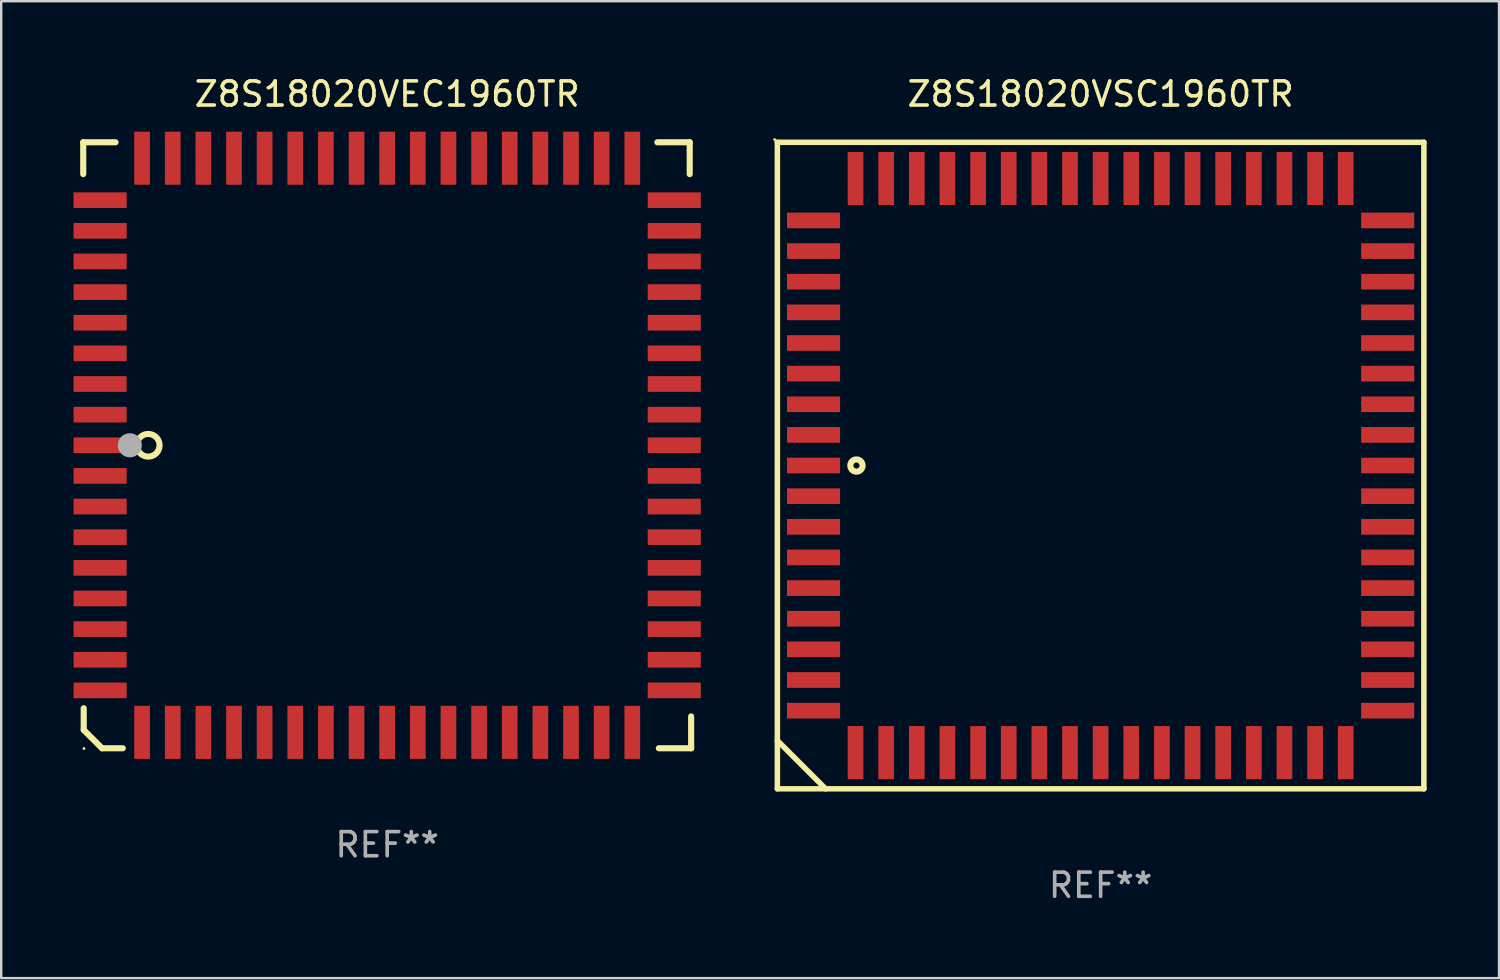
<source format=kicad_pcb>
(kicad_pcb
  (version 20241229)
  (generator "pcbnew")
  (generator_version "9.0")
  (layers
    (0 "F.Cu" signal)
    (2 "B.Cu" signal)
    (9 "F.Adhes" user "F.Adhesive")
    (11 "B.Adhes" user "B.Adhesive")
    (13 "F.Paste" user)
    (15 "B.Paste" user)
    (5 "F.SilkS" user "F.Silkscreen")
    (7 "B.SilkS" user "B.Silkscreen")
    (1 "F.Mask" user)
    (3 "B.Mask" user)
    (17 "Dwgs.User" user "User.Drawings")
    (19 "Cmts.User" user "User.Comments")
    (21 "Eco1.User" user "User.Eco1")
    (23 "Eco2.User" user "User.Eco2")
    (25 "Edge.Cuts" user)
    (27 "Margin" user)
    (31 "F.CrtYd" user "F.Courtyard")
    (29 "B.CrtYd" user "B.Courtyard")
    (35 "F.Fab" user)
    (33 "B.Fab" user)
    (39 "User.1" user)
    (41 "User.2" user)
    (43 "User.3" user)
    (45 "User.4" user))
  (footprint "Z8S18020VEC1960TR"
    (layer "F.Cu")
    (at 13 15.408)
    (property "Reference" "Z8S18020VEC1960TR" (at 0 -14.56 0) (layer "F.SilkS") (effects (font (size 1 1) (thickness 0.15))))
    (attr through_hole)
    (fp_line (start -12.6 -12.56) (end -12.6 -11.24) (stroke (width 0.254) (type solid)) (layer "F.SilkS"))
    (fp_line (start -12.58 10.9) (end -12.58 11.8) (stroke (width 0.254) (type solid)) (layer "F.SilkS"))
    (fp_line (start -12.58 11.8) (end -11.82 12.56) (stroke (width 0.254) (type solid)) (layer "F.SilkS"))
    (fp_line (start -11.82 12.56) (end -10.96 12.56) (stroke (width 0.254) (type solid)) (layer "F.SilkS"))
    (fp_line (start -11.26 -12.56) (end -12.6 -12.56) (stroke (width 0.254) (type solid)) (layer "F.SilkS"))
    (fp_line (start 11.2 -12.56) (end 12.54 -12.56) (stroke (width 0.254) (type solid)) (layer "F.SilkS"))
    (fp_line (start 11.26 12.56) (end 12.6 12.56) (stroke (width 0.254) (type solid)) (layer "F.SilkS"))
    (fp_line (start 12.54 -12.56) (end 12.54 -11.24) (stroke (width 0.254) (type solid)) (layer "F.SilkS"))
    (fp_line (start 12.6 12.56) (end 12.6 11.24) (stroke (width 0.254) (type solid)) (layer "F.SilkS"))
    (fp_circle (center -12.57 12.57) (end -12.54 12.57) (stroke (width 0.06) (type solid)) (fill no) (layer "F.SilkS"))
    (fp_circle (center -9.906 0) (end -9.436 0) (stroke (width 0.254) (type solid)) (fill no) (layer "F.SilkS"))
    (fp_circle (center -10.668 0) (end -10.418 0) (stroke (width 0.5) (type solid)) (fill no) (layer "F.Fab"))
    (fp_text user "REF**" (at 0 16.56 0) (layer "F.Fab") (effects (font (size 1 1) (thickness 0.15))))
    (pad "1" smd rect (at -11.9 -0.000076 270) (size 0.65 2.2) (layers "F.Cu" "F.Mask" "F.Paste"))
    (pad "2" smd rect (at -11.9 1.27 270) (size 0.65 2.2) (layers "F.Cu" "F.Mask" "F.Paste"))
    (pad "3" smd rect (at -11.9 2.54 270) (size 0.65 2.2) (layers "F.Cu" "F.Mask" "F.Paste"))
    (pad "4" smd rect (at -11.9 3.81 270) (size 0.65 2.2) (layers "F.Cu" "F.Mask" "F.Paste"))
    (pad "5" smd rect (at -11.9 5.08 270) (size 0.65 2.2) (layers "F.Cu" "F.Mask" "F.Paste"))
    (pad "6" smd rect (at -11.9 6.35 270) (size 0.65 2.2) (layers "F.Cu" "F.Mask" "F.Paste"))
    (pad "7" smd rect (at -11.9 7.62 270) (size 0.65 2.2) (layers "F.Cu" "F.Mask" "F.Paste"))
    (pad "8" smd rect (at -11.9 8.89 270) (size 0.65 2.2) (layers "F.Cu" "F.Mask" "F.Paste"))
    (pad "9" smd rect (at -11.9 10.16 270) (size 0.65 2.2) (layers "F.Cu" "F.Mask" "F.Paste"))
    (pad "10" smd rect (at -10.16 11.9 270) (size 2.2 0.65) (layers "F.Cu" "F.Mask" "F.Paste"))
    (pad "11" smd rect (at -8.89 11.9 270) (size 2.2 0.65) (layers "F.Cu" "F.Mask" "F.Paste"))
    (pad "12" smd rect (at -7.62 11.9 270) (size 2.2 0.65) (layers "F.Cu" "F.Mask" "F.Paste"))
    (pad "13" smd rect (at -6.35 11.9 270) (size 2.2 0.65) (layers "F.Cu" "F.Mask" "F.Paste"))
    (pad "14" smd rect (at -5.08 11.9 270) (size 2.2 0.65) (layers "F.Cu" "F.Mask" "F.Paste"))
    (pad "15" smd rect (at -3.81 11.9 270) (size 2.2 0.65) (layers "F.Cu" "F.Mask" "F.Paste"))
    (pad "16" smd rect (at -2.54 11.9 270) (size 2.2 0.65) (layers "F.Cu" "F.Mask" "F.Paste"))
    (pad "17" smd rect (at -1.27 11.9 270) (size 2.2 0.65) (layers "F.Cu" "F.Mask" "F.Paste"))
    (pad "18" smd rect (at 0 11.9 270) (size 2.2 0.65) (layers "F.Cu" "F.Mask" "F.Paste"))
    (pad "19" smd rect (at 1.27 11.9 270) (size 2.2 0.65) (layers "F.Cu" "F.Mask" "F.Paste"))
    (pad "20" smd rect (at 2.54 11.9 270) (size 2.2 0.65) (layers "F.Cu" "F.Mask" "F.Paste"))
    (pad "21" smd rect (at 3.81 11.9 270) (size 2.2 0.65) (layers "F.Cu" "F.Mask" "F.Paste"))
    (pad "22" smd rect (at 5.08 11.9 270) (size 2.2 0.65) (layers "F.Cu" "F.Mask" "F.Paste"))
    (pad "23" smd rect (at 6.35 11.9 270) (size 2.2 0.65) (layers "F.Cu" "F.Mask" "F.Paste"))
    (pad "24" smd rect (at 7.62 11.9 270) (size 2.2 0.65) (layers "F.Cu" "F.Mask" "F.Paste"))
    (pad "25" smd rect (at 8.89 11.9 270) (size 2.2 0.65) (layers "F.Cu" "F.Mask" "F.Paste"))
    (pad "26" smd rect (at 10.16 11.9 270) (size 2.2 0.65) (layers "F.Cu" "F.Mask" "F.Paste"))
    (pad "27" smd rect (at 11.9 10.16 270) (size 0.65 2.2) (layers "F.Cu" "F.Mask" "F.Paste"))
    (pad "28" smd rect (at 11.9 8.89 270) (size 0.65 2.2) (layers "F.Cu" "F.Mask" "F.Paste"))
    (pad "29" smd rect (at 11.9 7.62 270) (size 0.65 2.2) (layers "F.Cu" "F.Mask" "F.Paste"))
    (pad "30" smd rect (at 11.9 6.35 270) (size 0.65 2.2) (layers "F.Cu" "F.Mask" "F.Paste"))
    (pad "31" smd rect (at 11.9 5.08 270) (size 0.65 2.2) (layers "F.Cu" "F.Mask" "F.Paste"))
    (pad "32" smd rect (at 11.9 3.81 270) (size 0.65 2.2) (layers "F.Cu" "F.Mask" "F.Paste"))
    (pad "33" smd rect (at 11.9 2.54 270) (size 0.65 2.2) (layers "F.Cu" "F.Mask" "F.Paste"))
    (pad "34" smd rect (at 11.9 1.27 270) (size 0.65 2.2) (layers "F.Cu" "F.Mask" "F.Paste"))
    (pad "35" smd rect (at 11.9 -0.000076 270) (size 0.65 2.2) (layers "F.Cu" "F.Mask" "F.Paste"))
    (pad "36" smd rect (at 11.9 -1.27 270) (size 0.65 2.2) (layers "F.Cu" "F.Mask" "F.Paste"))
    (pad "37" smd rect (at 11.9 -2.54 270) (size 0.65 2.2) (layers "F.Cu" "F.Mask" "F.Paste"))
    (pad "38" smd rect (at 11.9 -3.81 270) (size 0.65 2.2) (layers "F.Cu" "F.Mask" "F.Paste"))
    (pad "39" smd rect (at 11.9 -5.08 270) (size 0.65 2.2) (layers "F.Cu" "F.Mask" "F.Paste"))
    (pad "40" smd rect (at 11.9 -6.35 270) (size 0.65 2.2) (layers "F.Cu" "F.Mask" "F.Paste"))
    (pad "41" smd rect (at 11.9 -7.62 270) (size 0.65 2.2) (layers "F.Cu" "F.Mask" "F.Paste"))
    (pad "42" smd rect (at 11.9 -8.89 270) (size 0.65 2.2) (layers "F.Cu" "F.Mask" "F.Paste"))
    (pad "43" smd rect (at 11.9 -10.16 270) (size 0.65 2.2) (layers "F.Cu" "F.Mask" "F.Paste"))
    (pad "44" smd rect (at 10.16 -11.9 270) (size 2.2 0.65) (layers "F.Cu" "F.Mask" "F.Paste"))
    (pad "45" smd rect (at 8.89 -11.9 270) (size 2.2 0.65) (layers "F.Cu" "F.Mask" "F.Paste"))
    (pad "46" smd rect (at 7.62 -11.9 270) (size 2.2 0.65) (layers "F.Cu" "F.Mask" "F.Paste"))
    (pad "47" smd rect (at 6.35 -11.9 270) (size 2.2 0.65) (layers "F.Cu" "F.Mask" "F.Paste"))
    (pad "48" smd rect (at 5.08 -11.9 270) (size 2.2 0.65) (layers "F.Cu" "F.Mask" "F.Paste"))
    (pad "49" smd rect (at 3.81 -11.9 270) (size 2.2 0.65) (layers "F.Cu" "F.Mask" "F.Paste"))
    (pad "50" smd rect (at 2.54 -11.9 270) (size 2.2 0.65) (layers "F.Cu" "F.Mask" "F.Paste"))
    (pad "51" smd rect (at 1.27 -11.9 270) (size 2.2 0.65) (layers "F.Cu" "F.Mask" "F.Paste"))
    (pad "52" smd rect (at 0 -11.9 270) (size 2.2 0.65) (layers "F.Cu" "F.Mask" "F.Paste"))
    (pad "53" smd rect (at -1.27 -11.9 270) (size 2.2 0.65) (layers "F.Cu" "F.Mask" "F.Paste"))
    (pad "54" smd rect (at -2.54 -11.9 270) (size 2.2 0.65) (layers "F.Cu" "F.Mask" "F.Paste"))
    (pad "55" smd rect (at -3.81 -11.9 270) (size 2.2 0.65) (layers "F.Cu" "F.Mask" "F.Paste"))
    (pad "56" smd rect (at -5.08 -11.9 270) (size 2.2 0.65) (layers "F.Cu" "F.Mask" "F.Paste"))
    (pad "57" smd rect (at -6.35 -11.9 270) (size 2.2 0.65) (layers "F.Cu" "F.Mask" "F.Paste"))
    (pad "58" smd rect (at -7.62 -11.9 270) (size 2.2 0.65) (layers "F.Cu" "F.Mask" "F.Paste"))
    (pad "59" smd rect (at -8.89 -11.9 270) (size 2.2 0.65) (layers "F.Cu" "F.Mask" "F.Paste"))
    (pad "60" smd rect (at -10.16 -11.9 270) (size 2.2 0.65) (layers "F.Cu" "F.Mask" "F.Paste"))
    (pad "61" smd rect (at -11.9 -10.16 270) (size 0.65 2.2) (layers "F.Cu" "F.Mask" "F.Paste"))
    (pad "62" smd rect (at -11.9 -8.89 270) (size 0.65 2.2) (layers "F.Cu" "F.Mask" "F.Paste"))
    (pad "63" smd rect (at -11.9 -7.62 270) (size 0.65 2.2) (layers "F.Cu" "F.Mask" "F.Paste"))
    (pad "64" smd rect (at -11.9 -6.35 270) (size 0.65 2.2) (layers "F.Cu" "F.Mask" "F.Paste"))
    (pad "65" smd rect (at -11.9 -5.08 270) (size 0.65 2.2) (layers "F.Cu" "F.Mask" "F.Paste"))
    (pad "66" smd rect (at -11.9 -3.81 270) (size 0.65 2.2) (layers "F.Cu" "F.Mask" "F.Paste"))
    (pad "67" smd rect (at -11.9 -2.54 270) (size 0.65 2.2) (layers "F.Cu" "F.Mask" "F.Paste"))
    (pad "68" smd rect (at -11.9 -1.27 270) (size 0.65 2.2) (layers "F.Cu" "F.Mask" "F.Paste")))
  (footprint "Z8S18020VSC1960TR"
    (layer "F.Cu")
    (at 42.574 16.248)
    (property "Reference" "Z8S18020VSC1960TR" (at 0 -15.4 0) (layer "F.SilkS") (effects (font (size 1 1) (thickness 0.15))))
    (attr through_hole)
    (fp_line (start -13.4 -13.4) (end -13.4 13.4) (stroke (width 0.229) (type solid)) (layer "F.SilkS"))
    (fp_line (start -13.4 11.4) (end -11.4 13.4) (stroke (width 0.229) (type solid)) (layer "F.SilkS"))
    (fp_line (start -13.4 13.4) (end 13.4 13.4) (stroke (width 0.229) (type solid)) (layer "F.SilkS"))
    (fp_line (start 13.4 -13.4) (end -13.4 -13.4) (stroke (width 0.229) (type solid)) (layer "F.SilkS"))
    (fp_line (start 13.4 13.4) (end 13.4 -13.4) (stroke (width 0.229) (type solid)) (layer "F.SilkS"))
    (fp_circle (center -13.514 -13.514) (end -13.484 -13.514) (stroke (width 0.06) (type solid)) (fill no) (layer "F.SilkS"))
    (fp_circle (center -10.122 -0.000076) (end -9.868 -0.000076) (stroke (width 0.254) (type solid)) (fill no) (layer "F.SilkS"))
    (fp_text user "REF**" (at 0 17.4 0) (layer "F.Fab") (effects (font (size 1 1) (thickness 0.15))))
    (pad "1" smd rect (at -11.9 -0.000076 270) (size 0.65 2.2) (layers "F.Cu" "F.Mask" "F.Paste"))
    (pad "2" smd rect (at -11.9 1.27 270) (size 0.65 2.2) (layers "F.Cu" "F.Mask" "F.Paste"))
    (pad "3" smd rect (at -11.9 2.54 270) (size 0.65 2.2) (layers "F.Cu" "F.Mask" "F.Paste"))
    (pad "4" smd rect (at -11.9 3.81 270) (size 0.65 2.2) (layers "F.Cu" "F.Mask" "F.Paste"))
    (pad "5" smd rect (at -11.9 5.08 270) (size 0.65 2.2) (layers "F.Cu" "F.Mask" "F.Paste"))
    (pad "6" smd rect (at -11.9 6.35 270) (size 0.65 2.2) (layers "F.Cu" "F.Mask" "F.Paste"))
    (pad "7" smd rect (at -11.9 7.62 270) (size 0.65 2.2) (layers "F.Cu" "F.Mask" "F.Paste"))
    (pad "8" smd rect (at -11.9 8.89 270) (size 0.65 2.2) (layers "F.Cu" "F.Mask" "F.Paste"))
    (pad "9" smd rect (at -11.9 10.16 270) (size 0.65 2.2) (layers "F.Cu" "F.Mask" "F.Paste"))
    (pad "10" smd rect (at -10.16 11.9 270) (size 2.2 0.65) (layers "F.Cu" "F.Mask" "F.Paste"))
    (pad "11" smd rect (at -8.89 11.9 270) (size 2.2 0.65) (layers "F.Cu" "F.Mask" "F.Paste"))
    (pad "12" smd rect (at -7.62 11.9 270) (size 2.2 0.65) (layers "F.Cu" "F.Mask" "F.Paste"))
    (pad "13" smd rect (at -6.35 11.9 270) (size 2.2 0.65) (layers "F.Cu" "F.Mask" "F.Paste"))
    (pad "14" smd rect (at -5.08 11.9 270) (size 2.2 0.65) (layers "F.Cu" "F.Mask" "F.Paste"))
    (pad "15" smd rect (at -3.81 11.9 270) (size 2.2 0.65) (layers "F.Cu" "F.Mask" "F.Paste"))
    (pad "16" smd rect (at -2.54 11.9 270) (size 2.2 0.65) (layers "F.Cu" "F.Mask" "F.Paste"))
    (pad "17" smd rect (at -1.27 11.9 270) (size 2.2 0.65) (layers "F.Cu" "F.Mask" "F.Paste"))
    (pad "18" smd rect (at 0 11.9 270) (size 2.2 0.65) (layers "F.Cu" "F.Mask" "F.Paste"))
    (pad "19" smd rect (at 1.27 11.9 270) (size 2.2 0.65) (layers "F.Cu" "F.Mask" "F.Paste"))
    (pad "20" smd rect (at 2.54 11.9 270) (size 2.2 0.65) (layers "F.Cu" "F.Mask" "F.Paste"))
    (pad "21" smd rect (at 3.81 11.9 270) (size 2.2 0.65) (layers "F.Cu" "F.Mask" "F.Paste"))
    (pad "22" smd rect (at 5.08 11.9 270) (size 2.2 0.65) (layers "F.Cu" "F.Mask" "F.Paste"))
    (pad "23" smd rect (at 6.35 11.9 270) (size 2.2 0.65) (layers "F.Cu" "F.Mask" "F.Paste"))
    (pad "24" smd rect (at 7.62 11.9 270) (size 2.2 0.65) (layers "F.Cu" "F.Mask" "F.Paste"))
    (pad "25" smd rect (at 8.89 11.9 270) (size 2.2 0.65) (layers "F.Cu" "F.Mask" "F.Paste"))
    (pad "26" smd rect (at 10.16 11.9 270) (size 2.2 0.65) (layers "F.Cu" "F.Mask" "F.Paste"))
    (pad "27" smd rect (at 11.9 10.16 270) (size 0.65 2.2) (layers "F.Cu" "F.Mask" "F.Paste"))
    (pad "28" smd rect (at 11.9 8.89 270) (size 0.65 2.2) (layers "F.Cu" "F.Mask" "F.Paste"))
    (pad "29" smd rect (at 11.9 7.62 270) (size 0.65 2.2) (layers "F.Cu" "F.Mask" "F.Paste"))
    (pad "30" smd rect (at 11.9 6.35 270) (size 0.65 2.2) (layers "F.Cu" "F.Mask" "F.Paste"))
    (pad "31" smd rect (at 11.9 5.08 270) (size 0.65 2.2) (layers "F.Cu" "F.Mask" "F.Paste"))
    (pad "32" smd rect (at 11.9 3.81 270) (size 0.65 2.2) (layers "F.Cu" "F.Mask" "F.Paste"))
    (pad "33" smd rect (at 11.9 2.54 270) (size 0.65 2.2) (layers "F.Cu" "F.Mask" "F.Paste"))
    (pad "34" smd rect (at 11.9 1.27 270) (size 0.65 2.2) (layers "F.Cu" "F.Mask" "F.Paste"))
    (pad "35" smd rect (at 11.9 -0.000076 270) (size 0.65 2.2) (layers "F.Cu" "F.Mask" "F.Paste"))
    (pad "36" smd rect (at 11.9 -1.27 270) (size 0.65 2.2) (layers "F.Cu" "F.Mask" "F.Paste"))
    (pad "37" smd rect (at 11.9 -2.54 270) (size 0.65 2.2) (layers "F.Cu" "F.Mask" "F.Paste"))
    (pad "38" smd rect (at 11.9 -3.81 270) (size 0.65 2.2) (layers "F.Cu" "F.Mask" "F.Paste"))
    (pad "39" smd rect (at 11.9 -5.08 270) (size 0.65 2.2) (layers "F.Cu" "F.Mask" "F.Paste"))
    (pad "40" smd rect (at 11.9 -6.35 270) (size 0.65 2.2) (layers "F.Cu" "F.Mask" "F.Paste"))
    (pad "41" smd rect (at 11.9 -7.62 270) (size 0.65 2.2) (layers "F.Cu" "F.Mask" "F.Paste"))
    (pad "42" smd rect (at 11.9 -8.89 270) (size 0.65 2.2) (layers "F.Cu" "F.Mask" "F.Paste"))
    (pad "43" smd rect (at 11.9 -10.16 270) (size 0.65 2.2) (layers "F.Cu" "F.Mask" "F.Paste"))
    (pad "44" smd rect (at 10.16 -11.9 270) (size 2.2 0.65) (layers "F.Cu" "F.Mask" "F.Paste"))
    (pad "45" smd rect (at 8.89 -11.9 270) (size 2.2 0.65) (layers "F.Cu" "F.Mask" "F.Paste"))
    (pad "46" smd rect (at 7.62 -11.9 270) (size 2.2 0.65) (layers "F.Cu" "F.Mask" "F.Paste"))
    (pad "47" smd rect (at 6.35 -11.9 270) (size 2.2 0.65) (layers "F.Cu" "F.Mask" "F.Paste"))
    (pad "48" smd rect (at 5.08 -11.9 270) (size 2.2 0.65) (layers "F.Cu" "F.Mask" "F.Paste"))
    (pad "49" smd rect (at 3.81 -11.9 270) (size 2.2 0.65) (layers "F.Cu" "F.Mask" "F.Paste"))
    (pad "50" smd rect (at 2.54 -11.9 270) (size 2.2 0.65) (layers "F.Cu" "F.Mask" "F.Paste"))
    (pad "51" smd rect (at 1.27 -11.9 270) (size 2.2 0.65) (layers "F.Cu" "F.Mask" "F.Paste"))
    (pad "52" smd rect (at 0 -11.9 270) (size 2.2 0.65) (layers "F.Cu" "F.Mask" "F.Paste"))
    (pad "53" smd rect (at -1.27 -11.9 270) (size 2.2 0.65) (layers "F.Cu" "F.Mask" "F.Paste"))
    (pad "54" smd rect (at -2.54 -11.9 270) (size 2.2 0.65) (layers "F.Cu" "F.Mask" "F.Paste"))
    (pad "55" smd rect (at -3.81 -11.9 270) (size 2.2 0.65) (layers "F.Cu" "F.Mask" "F.Paste"))
    (pad "56" smd rect (at -5.08 -11.9 270) (size 2.2 0.65) (layers "F.Cu" "F.Mask" "F.Paste"))
    (pad "57" smd rect (at -6.35 -11.9 270) (size 2.2 0.65) (layers "F.Cu" "F.Mask" "F.Paste"))
    (pad "58" smd rect (at -7.62 -11.9 270) (size 2.2 0.65) (layers "F.Cu" "F.Mask" "F.Paste"))
    (pad "59" smd rect (at -8.89 -11.9 270) (size 2.2 0.65) (layers "F.Cu" "F.Mask" "F.Paste"))
    (pad "60" smd rect (at -10.16 -11.9 270) (size 2.2 0.65) (layers "F.Cu" "F.Mask" "F.Paste"))
    (pad "61" smd rect (at -11.9 -10.16 270) (size 0.65 2.2) (layers "F.Cu" "F.Mask" "F.Paste"))
    (pad "62" smd rect (at -11.9 -8.89 270) (size 0.65 2.2) (layers "F.Cu" "F.Mask" "F.Paste"))
    (pad "63" smd rect (at -11.9 -7.62 270) (size 0.65 2.2) (layers "F.Cu" "F.Mask" "F.Paste"))
    (pad "64" smd rect (at -11.9 -6.35 270) (size 0.65 2.2) (layers "F.Cu" "F.Mask" "F.Paste"))
    (pad "65" smd rect (at -11.9 -5.08 270) (size 0.65 2.2) (layers "F.Cu" "F.Mask" "F.Paste"))
    (pad "66" smd rect (at -11.9 -3.81 270) (size 0.65 2.2) (layers "F.Cu" "F.Mask" "F.Paste"))
    (pad "67" smd rect (at -11.9 -2.54 270) (size 0.65 2.2) (layers "F.Cu" "F.Mask" "F.Paste"))
    (pad "68" smd rect (at -11.9 -1.27 270) (size 0.65 2.2) (layers "F.Cu" "F.Mask" "F.Paste")))
  (gr_rect
    (start -3 -3)
    (end 59.088 37.496)
    (stroke (width 0.1) (type default))
    (fill no)
    (layer "Edge.Cuts")))
</source>
